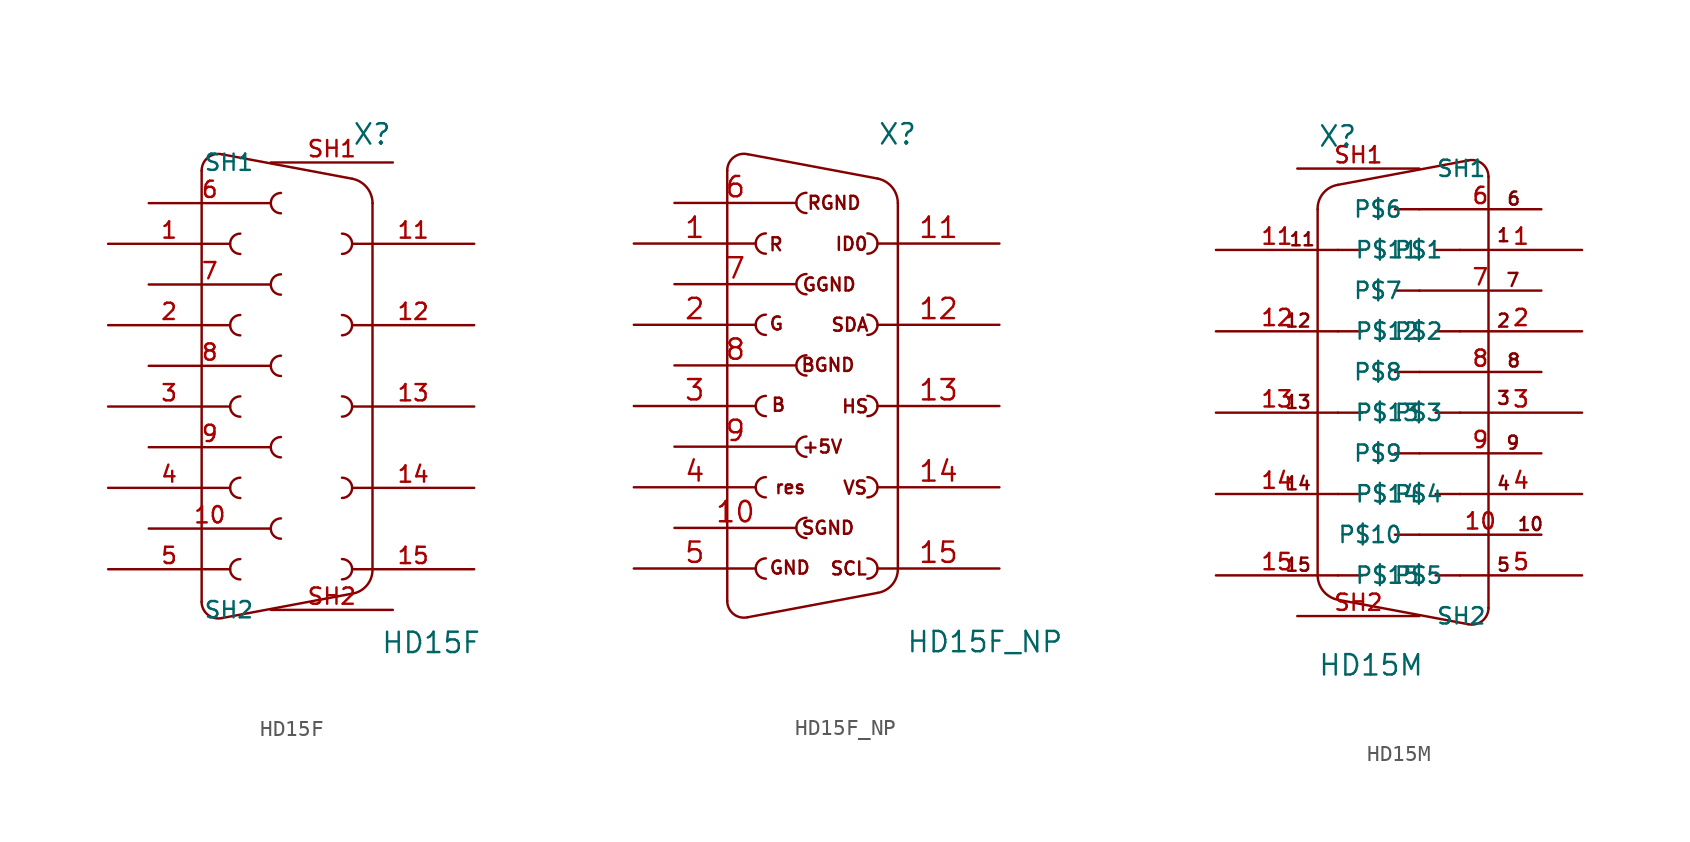
<source format=kicad_sym>
(kicad_symbol_lib
  (version 20211014)
  (generator kicad_symbol_editor)
  (symbol "HD15F"
    (pin_names
      (offset 1.016))
    (property "Reference" "X"
      (at 5.08 13.716 0)
      (effects (font (size 1.27 1.27)) (justify left bottom)))
    (property "Value" "HD15F"
      (at 6.858 -18.034 0)
      (effects (font (size 1.27 1.27)) (justify left bottom)))
    (property "ki_locked" ""
      (at 0 0 0)
      (effects (font (size 1.27 1.27))))
    (symbol "HD15F_1_0"
      (polyline (pts (xy -4.318 12.192) (xy -4.318 -14.732)) (stroke (width 0) (type default) (color 0 0 0 0)) (fill (type none)))
      (polyline (pts (xy -3.048 -15.748) (xy 5.08 -14.224)) (stroke (width 0) (type default) (color 0 0 0 0)) (fill (type none)))
      (polyline (pts (xy -3.048 13.208) (xy 5.08 11.684)) (stroke (width 0) (type default) (color 0 0 0 0)) (fill (type none)))
      (polyline (pts (xy 6.35 10.16) (xy 6.35 -12.7)) (stroke (width 0) (type default) (color 0 0 0 0)) (fill (type none))))
    (symbol "HD15F_1_1"
      (arc (start -4.318 -14.732) (mid -3.9272 -15.5452) (end -3.048 -15.748) (stroke (width 0) (type default) (color 0 0 0 0)) (fill (type none)))
      (arc (start -3.048 13.208) (mid -3.9272 13.0052) (end -4.318 12.192) (stroke (width 0) (type default) (color 0 0 0 0)) (fill (type none)))
      (arc (start -1.905 -12.065) (mid -2.54 -12.7) (end -1.905 -13.335) (stroke (width 0) (type default) (color 0 0 0 0)) (fill (type none)))
      (arc (start -1.905 -6.985) (mid -2.54 -7.62) (end -1.905 -8.255) (stroke (width 0) (type default) (color 0 0 0 0)) (fill (type none)))
      (arc (start -1.905 -1.905) (mid -2.54 -2.54) (end -1.905 -3.175) (stroke (width 0) (type default) (color 0 0 0 0)) (fill (type none)))
      (arc (start -1.905 3.175) (mid -2.54 2.54) (end -1.905 1.905) (stroke (width 0) (type default) (color 0 0 0 0)) (fill (type none)))
      (arc (start -1.905 8.255) (mid -2.54 7.62) (end -1.905 6.985) (stroke (width 0) (type default) (color 0 0 0 0)) (fill (type none)))
      (arc (start 0.635 -9.525) (mid 0 -10.16) (end 0.635 -10.795) (stroke (width 0) (type default) (color 0 0 0 0)) (fill (type none)))
      (arc (start 0.635 -4.445) (mid 0 -5.08) (end 0.635 -5.715) (stroke (width 0) (type default) (color 0 0 0 0)) (fill (type none)))
      (arc (start 0.635 0.635) (mid 0 0) (end 0.635 -0.635) (stroke (width 0) (type default) (color 0 0 0 0)) (fill (type none)))
      (arc (start 0.635 5.715) (mid 0 5.08) (end 0.635 4.445) (stroke (width 0) (type default) (color 0 0 0 0)) (fill (type none)))
      (arc (start 0.635 10.795) (mid 0 10.16) (end 0.635 9.525) (stroke (width 0) (type default) (color 0 0 0 0)) (fill (type none)))
      (arc (start 4.445 -13.335) (mid 5.08 -12.7) (end 4.445 -12.065) (stroke (width 0) (type default) (color 0 0 0 0)) (fill (type none)))
      (arc (start 4.445 -8.255) (mid 5.08 -7.62) (end 4.445 -6.985) (stroke (width 0) (type default) (color 0 0 0 0)) (fill (type none)))
      (arc (start 4.445 -3.175) (mid 5.08 -2.54) (end 4.445 -1.905) (stroke (width 0) (type default) (color 0 0 0 0)) (fill (type none)))
      (arc (start 4.445 1.905) (mid 5.08 2.54) (end 4.445 3.175) (stroke (width 0) (type default) (color 0 0 0 0)) (fill (type none)))
      (arc (start 4.445 6.985) (mid 5.08 7.62) (end 4.445 8.255) (stroke (width 0) (type default) (color 0 0 0 0)) (fill (type none)))
      (arc (start 5.08 -14.224) (mid 6.0049 -13.6987) (end 6.35 -12.7) (stroke (width 0) (type default) (color 0 0 0 0)) (fill (type none)))
      (arc (start 6.35 10.16) (mid 5.9888 11.1451) (end 5.08 11.684) (stroke (width 0) (type default) (color 0 0 0 0)) (fill (type none)))
      (pin passive line (at -10.16 7.62 0) (length 7.62) (name "" (effects (font (size 1.016 1.016)))) (number "1" (effects (font (size 1.016 1.016)))))
      (pin passive line (at -7.62 -10.16 0) (length 7.62) (name "" (effects (font (size 1.016 1.016)))) (number "10" (effects (font (size 1.016 1.016)))))
      (pin passive line (at 12.7 7.62 180) (length 7.62) (name "" (effects (font (size 1.016 1.016)))) (number "11" (effects (font (size 1.016 1.016)))))
      (pin passive line (at 12.7 2.54 180) (length 7.62) (name "" (effects (font (size 1.016 1.016)))) (number "12" (effects (font (size 1.016 1.016)))))
      (pin passive line (at 12.7 -2.54 180) (length 7.62) (name "" (effects (font (size 1.016 1.016)))) (number "13" (effects (font (size 1.016 1.016)))))
      (pin passive line (at 12.7 -7.62 180) (length 7.62) (name "" (effects (font (size 1.016 1.016)))) (number "14" (effects (font (size 1.016 1.016)))))
      (pin passive line (at 12.7 -12.7 180) (length 7.62) (name "" (effects (font (size 1.016 1.016)))) (number "15" (effects (font (size 1.016 1.016)))))
      (pin passive line (at -10.16 2.54 0) (length 7.62) (name "" (effects (font (size 1.016 1.016)))) (number "2" (effects (font (size 1.016 1.016)))))
      (pin passive line (at -10.16 -2.54 0) (length 7.62) (name "" (effects (font (size 1.016 1.016)))) (number "3" (effects (font (size 1.016 1.016)))))
      (pin passive line (at -10.16 -7.62 0) (length 7.62) (name "" (effects (font (size 1.016 1.016)))) (number "4" (effects (font (size 1.016 1.016)))))
      (pin passive line (at -10.16 -12.7 0) (length 7.62) (name "" (effects (font (size 1.016 1.016)))) (number "5" (effects (font (size 1.016 1.016)))))
      (pin passive line (at -7.62 10.16 0) (length 7.62) (name "" (effects (font (size 1.016 1.016)))) (number "6" (effects (font (size 1.016 1.016)))))
      (pin passive line (at -7.62 5.08 0) (length 7.62) (name "" (effects (font (size 1.016 1.016)))) (number "7" (effects (font (size 1.016 1.016)))))
      (pin passive line (at -7.62 0 0) (length 7.62) (name "" (effects (font (size 1.016 1.016)))) (number "8" (effects (font (size 1.016 1.016)))))
      (pin passive line (at -7.62 -5.08 0) (length 7.62) (name "" (effects (font (size 1.016 1.016)))) (number "9" (effects (font (size 1.016 1.016)))))
      (pin power_in line (at 7.62 12.7 180) (length 7.62) (name "SH1" (effects (font (size 1.016 1.016)))) (number "SH1" (effects (font (size 1.016 1.016)))))
      (pin power_in line (at 7.62 -15.24 180) (length 7.62) (name "SH2" (effects (font (size 1.016 1.016)))) (number "SH2" (effects (font (size 1.016 1.016)))))))
  (symbol "HD15F_NP"
    (pin_names
      (offset 1.016))
    (property "Reference" "X"
      (at 5.08 13.716 0)
      (effects (font (size 1.27 1.27)) (justify left bottom)))
    (property "Value" "HD15F_NP"
      (at 6.858 -18.034 0)
      (effects (font (size 1.27 1.27)) (justify left bottom)))
    (property "ki_locked" ""
      (at 0 0 0)
      (effects (font (size 1.27 1.27))))
    (symbol "HD15F_NP_1_0"
      (polyline (pts (xy -4.318 12.192) (xy -4.318 -14.732)) (stroke (width 0) (type default) (color 0 0 0 0)) (fill (type none)))
      (polyline (pts (xy -3.048 -15.748) (xy 5.08 -14.224)) (stroke (width 0) (type default) (color 0 0 0 0)) (fill (type none)))
      (polyline (pts (xy -3.048 13.208) (xy 5.08 11.684)) (stroke (width 0) (type default) (color 0 0 0 0)) (fill (type none)))
      (polyline (pts (xy 6.35 10.16) (xy 6.35 -12.7)) (stroke (width 0) (type default) (color 0 0 0 0)) (fill (type none)))
      (text "+5V" (at 1.626 -5.08 0) (effects (font (size 0.813 0.813))))
      (text "B" (at -1.118 -2.464 0) (effects (font (size 0.813 0.813))))
      (text "BGND" (at 1.981 0.025 0) (effects (font (size 0.813 0.813))))
      (text "G" (at -1.245 2.616 0) (effects (font (size 0.813 0.813))))
      (text "GGND" (at 2.057 5.055 0) (effects (font (size 0.813 0.813))))
      (text "GND" (at -0.406 -12.649 0) (effects (font (size 0.813 0.813))))
      (text "HS" (at 3.683 -2.565 0) (effects (font (size 0.813 0.813))))
      (text "ID0" (at 3.454 7.595 0) (effects (font (size 0.813 0.813))))
      (text "R" (at -1.27 7.569 0) (effects (font (size 0.813 0.813))))
      (text "res" (at -0.381 -7.62 0) (effects (font (size 0.813 0.813))))
      (text "RGND" (at 2.362 10.16 0) (effects (font (size 0.813 0.813))))
      (text "SCL" (at 3.277 -12.7 0) (effects (font (size 0.813 0.813))))
      (text "SDA" (at 3.353 2.54 0) (effects (font (size 0.813 0.813))))
      (text "SGND" (at 1.981 -10.16 0) (effects (font (size 0.813 0.813))))
      (text "VS" (at 3.683 -7.645 0) (effects (font (size 0.813 0.813)))))
    (symbol "HD15F_NP_1_1"
      (arc (start -4.318 -14.732) (mid -3.9272 -15.5453) (end -3.048 -15.748) (stroke (width 0) (type default) (color 0 0 0 0)) (fill (type none)))
      (arc (start -3.048 13.208) (mid -3.9271 13.0052) (end -4.318 12.192) (stroke (width 0) (type default) (color 0 0 0 0)) (fill (type none)))
      (arc (start -1.905 -12.065) (mid -2.54 -12.7) (end -1.905 -13.335) (stroke (width 0) (type default) (color 0 0 0 0)) (fill (type none)))
      (arc (start -1.905 -6.985) (mid -2.54 -7.62) (end -1.905 -8.255) (stroke (width 0) (type default) (color 0 0 0 0)) (fill (type none)))
      (arc (start -1.905 -1.905) (mid -2.54 -2.54) (end -1.905 -3.175) (stroke (width 0) (type default) (color 0 0 0 0)) (fill (type none)))
      (arc (start -1.905 3.175) (mid -2.54 2.54) (end -1.905 1.905) (stroke (width 0) (type default) (color 0 0 0 0)) (fill (type none)))
      (arc (start -1.905 8.255) (mid -2.54 7.62) (end -1.905 6.985) (stroke (width 0) (type default) (color 0 0 0 0)) (fill (type none)))
      (arc (start 0.635 -9.525) (mid 0 -10.16) (end 0.635 -10.795) (stroke (width 0) (type default) (color 0 0 0 0)) (fill (type none)))
      (arc (start 0.635 -4.445) (mid 0 -5.08) (end 0.635 -5.715) (stroke (width 0) (type default) (color 0 0 0 0)) (fill (type none)))
      (arc (start 0.635 0.635) (mid 0 0) (end 0.635 -0.635) (stroke (width 0) (type default) (color 0 0 0 0)) (fill (type none)))
      (arc (start 0.635 5.715) (mid 0 5.08) (end 0.635 4.445) (stroke (width 0) (type default) (color 0 0 0 0)) (fill (type none)))
      (arc (start 0.635 10.795) (mid 0 10.16) (end 0.635 9.525) (stroke (width 0) (type default) (color 0 0 0 0)) (fill (type none)))
      (arc (start 4.445 -13.335) (mid 5.08 -12.7) (end 4.445 -12.065) (stroke (width 0) (type default) (color 0 0 0 0)) (fill (type none)))
      (arc (start 4.445 -8.255) (mid 5.08 -7.62) (end 4.445 -6.985) (stroke (width 0) (type default) (color 0 0 0 0)) (fill (type none)))
      (arc (start 4.445 -3.175) (mid 5.08 -2.54) (end 4.445 -1.905) (stroke (width 0) (type default) (color 0 0 0 0)) (fill (type none)))
      (arc (start 4.445 1.905) (mid 5.08 2.54) (end 4.445 3.175) (stroke (width 0) (type default) (color 0 0 0 0)) (fill (type none)))
      (arc (start 4.445 6.985) (mid 5.08 7.62) (end 4.445 8.255) (stroke (width 0) (type default) (color 0 0 0 0)) (fill (type none)))
      (arc (start 5.08 -14.224) (mid 6.0025 -13.7016) (end 6.35 -12.7) (stroke (width 0) (type default) (color 0 0 0 0)) (fill (type none)))
      (arc (start 6.35 10.16) (mid 5.9863 11.1481) (end 5.08 11.684) (stroke (width 0) (type default) (color 0 0 0 0)) (fill (type none)))
      (pin output line (at -10.16 7.62 0) (length 7.62) (name "~" (effects (font (size 1.27 1.27)))) (number "1" (effects (font (size 1.27 1.27)))))
      (pin output line (at -7.62 -10.16 0) (length 7.62) (name "~" (effects (font (size 1.27 1.27)))) (number "10" (effects (font (size 1.27 1.27)))))
      (pin output line (at 12.7 7.62 180) (length 7.62) (name "~" (effects (font (size 1.27 1.27)))) (number "11" (effects (font (size 1.27 1.27)))))
      (pin output line (at 12.7 2.54 180) (length 7.62) (name "~" (effects (font (size 1.27 1.27)))) (number "12" (effects (font (size 1.27 1.27)))))
      (pin output line (at 12.7 -2.54 180) (length 7.62) (name "~" (effects (font (size 1.27 1.27)))) (number "13" (effects (font (size 1.27 1.27)))))
      (pin output line (at 12.7 -7.62 180) (length 7.62) (name "~" (effects (font (size 1.27 1.27)))) (number "14" (effects (font (size 1.27 1.27)))))
      (pin output line (at 12.7 -12.7 180) (length 7.62) (name "~" (effects (font (size 1.27 1.27)))) (number "15" (effects (font (size 1.27 1.27)))))
      (pin output line (at -10.16 2.54 0) (length 7.62) (name "~" (effects (font (size 1.27 1.27)))) (number "2" (effects (font (size 1.27 1.27)))))
      (pin output line (at -10.16 -2.54 0) (length 7.62) (name "~" (effects (font (size 1.27 1.27)))) (number "3" (effects (font (size 1.27 1.27)))))
      (pin output line (at -10.16 -7.62 0) (length 7.62) (name "~" (effects (font (size 1.27 1.27)))) (number "4" (effects (font (size 1.27 1.27)))))
      (pin output line (at -10.16 -12.7 0) (length 7.62) (name "~" (effects (font (size 1.27 1.27)))) (number "5" (effects (font (size 1.27 1.27)))))
      (pin output line (at -7.62 10.16 0) (length 7.62) (name "~" (effects (font (size 1.27 1.27)))) (number "6" (effects (font (size 1.27 1.27)))))
      (pin output line (at -7.62 5.08 0) (length 7.62) (name "~" (effects (font (size 1.27 1.27)))) (number "7" (effects (font (size 1.27 1.27)))))
      (pin output line (at -7.62 0 0) (length 7.62) (name "~" (effects (font (size 1.27 1.27)))) (number "8" (effects (font (size 1.27 1.27)))))
      (pin power_in line (at -7.62 -5.08 0) (length 7.62) (name "~" (effects (font (size 1.27 1.27)))) (number "9" (effects (font (size 1.27 1.27)))))))
  (symbol "HD15M"
    (pin_names
      (offset 1.016))
    (property "Reference" "X"
      (at -3.81 13.97 0)
      (effects (font (size 1.27 1.27)) (justify left bottom)))
    (property "Value" "HD15M"
      (at -3.81 -19.05 0)
      (effects (font (size 1.27 1.27)) (justify left bottom)))
    (property "ki_locked" ""
      (at 0 0 0)
      (effects (font (size 1.27 1.27))))
    (symbol "HD15M_1_0"
      (polyline (pts (xy -3.81 10.16) (xy -3.81 -12.7)) (stroke (width 0) (type default) (color 0 0 0 0)) (fill (type none)))
      (polyline (pts (xy -2.54 -12.7) (xy -1.016 -12.7)) (stroke (width 0) (type default) (color 0 0 0 0)) (fill (type none)))
      (polyline (pts (xy -2.54 -7.62) (xy -1.016 -7.62)) (stroke (width 0) (type default) (color 0 0 0 0)) (fill (type none)))
      (polyline (pts (xy -2.54 -2.54) (xy -1.016 -2.54)) (stroke (width 0) (type default) (color 0 0 0 0)) (fill (type none)))
      (polyline (pts (xy -2.54 2.54) (xy -1.016 2.54)) (stroke (width 0) (type default) (color 0 0 0 0)) (fill (type none)))
      (polyline (pts (xy -2.54 7.62) (xy -1.016 7.62)) (stroke (width 0) (type default) (color 0 0 0 0)) (fill (type none)))
      (polyline (pts (xy 2.54 -10.16) (xy 1.016 -10.16)) (stroke (width 0) (type default) (color 0 0 0 0)) (fill (type none)))
      (polyline (pts (xy 2.54 -5.08) (xy 1.016 -5.08)) (stroke (width 0) (type default) (color 0 0 0 0)) (fill (type none)))
      (polyline (pts (xy 2.54 0) (xy 1.016 0)) (stroke (width 0) (type default) (color 0 0 0 0)) (fill (type none)))
      (polyline (pts (xy 2.54 5.08) (xy 1.016 5.08)) (stroke (width 0) (type default) (color 0 0 0 0)) (fill (type none)))
      (polyline (pts (xy 2.54 10.16) (xy 1.016 10.16)) (stroke (width 0) (type default) (color 0 0 0 0)) (fill (type none)))
      (polyline (pts (xy 5.08 -12.7) (xy 3.556 -12.7)) (stroke (width 0) (type default) (color 0 0 0 0)) (fill (type none)))
      (polyline (pts (xy 5.08 -7.62) (xy 3.556 -7.62)) (stroke (width 0) (type default) (color 0 0 0 0)) (fill (type none)))
      (polyline (pts (xy 5.08 -2.54) (xy 3.556 -2.54)) (stroke (width 0) (type default) (color 0 0 0 0)) (fill (type none)))
      (polyline (pts (xy 5.08 2.54) (xy 3.556 2.54)) (stroke (width 0) (type default) (color 0 0 0 0)) (fill (type none)))
      (polyline (pts (xy 5.08 7.62) (xy 3.556 7.62)) (stroke (width 0) (type default) (color 0 0 0 0)) (fill (type none)))
      (polyline (pts (xy 5.588 -15.748) (xy -2.54 -14.224)) (stroke (width 0) (type default) (color 0 0 0 0)) (fill (type none)))
      (polyline (pts (xy 5.588 13.208) (xy -2.54 11.684)) (stroke (width 0) (type default) (color 0 0 0 0)) (fill (type none)))
      (polyline (pts (xy 6.858 12.192) (xy 6.858 -14.732)) (stroke (width 0) (type default) (color 0 0 0 0)) (fill (type none)))
      (text "1" (at 7.798 8.534 0) (effects (font (size 0.813 0.813))))
      (text "10" (at 9.474 -9.5 0) (effects (font (size 0.813 0.813))))
      (text "11" (at -4.775 8.28 0) (effects (font (size 0.813 0.813))))
      (text "12" (at -5.029 3.2 0) (effects (font (size 0.813 0.813))))
      (text "13" (at -5.029 -1.88 0) (effects (font (size 0.813 0.813))))
      (text "14" (at -5.029 -6.96 0) (effects (font (size 0.813 0.813))))
      (text "15" (at -5.029 -12.04 0) (effects (font (size 0.813 0.813))))
      (text "2" (at 7.798 3.2 0) (effects (font (size 0.813 0.813))))
      (text "3" (at 7.798 -1.626 0) (effects (font (size 0.813 0.813))))
      (text "4" (at 7.798 -6.96 0) (effects (font (size 0.813 0.813))))
      (text "5" (at 7.798 -12.04 0) (effects (font (size 0.813 0.813))))
      (text "6" (at 8.433 10.82 0) (effects (font (size 0.813 0.813))))
      (text "7" (at 8.382 5.74 0) (effects (font (size 0.813 0.813))))
      (text "8" (at 8.433 0.711 0) (effects (font (size 0.813 0.813))))
      (text "9" (at 8.382 -4.42 0) (effects (font (size 0.813 0.813)))))
    (symbol "HD15M_1_1"
      (arc (start -3.81 -12.7) (mid -3.4463 -13.6881) (end -2.54 -14.224) (stroke (width 0) (type default) (color 0 0 0 0)) (fill (type none)))
      (arc (start -2.54 11.684) (mid -3.4625 11.1616) (end -3.81 10.16) (stroke (width 0) (type default) (color 0 0 0 0)) (fill (type none)))
      (arc (start 5.588 -15.748) (mid 6.4671 -15.5452) (end 6.858 -14.732) (stroke (width 0) (type default) (color 0 0 0 0)) (fill (type none)))
      (arc (start 6.858 12.192) (mid 6.4672 13.0053) (end 5.588 13.208) (stroke (width 0) (type default) (color 0 0 0 0)) (fill (type none)))
      (pin passive line (at 12.7 7.62 180) (length 7.62) (name "P$1" (effects (font (size 1.016 1.016)))) (number "1" (effects (font (size 1.016 1.016)))))
      (pin passive line (at 10.16 -10.16 180) (length 7.62) (name "P$10" (effects (font (size 1.016 1.016)))) (number "10" (effects (font (size 1.016 1.016)))))
      (pin passive line (at -10.16 7.62 0) (length 7.62) (name "P$11" (effects (font (size 1.016 1.016)))) (number "11" (effects (font (size 1.016 1.016)))))
      (pin passive line (at -10.16 2.54 0) (length 7.62) (name "P$12" (effects (font (size 1.016 1.016)))) (number "12" (effects (font (size 1.016 1.016)))))
      (pin passive line (at -10.16 -2.54 0) (length 7.62) (name "P$13" (effects (font (size 1.016 1.016)))) (number "13" (effects (font (size 1.016 1.016)))))
      (pin passive line (at -10.16 -7.62 0) (length 7.62) (name "P$14" (effects (font (size 1.016 1.016)))) (number "14" (effects (font (size 1.016 1.016)))))
      (pin passive line (at -10.16 -12.7 0) (length 7.62) (name "P$15" (effects (font (size 1.016 1.016)))) (number "15" (effects (font (size 1.016 1.016)))))
      (pin passive line (at 12.7 2.54 180) (length 7.62) (name "P$2" (effects (font (size 1.016 1.016)))) (number "2" (effects (font (size 1.016 1.016)))))
      (pin passive line (at 12.7 -2.54 180) (length 7.62) (name "P$3" (effects (font (size 1.016 1.016)))) (number "3" (effects (font (size 1.016 1.016)))))
      (pin passive line (at 12.7 -7.62 180) (length 7.62) (name "P$4" (effects (font (size 1.016 1.016)))) (number "4" (effects (font (size 1.016 1.016)))))
      (pin passive line (at 12.7 -12.7 180) (length 7.62) (name "P$5" (effects (font (size 1.016 1.016)))) (number "5" (effects (font (size 1.016 1.016)))))
      (pin passive line (at 10.16 10.16 180) (length 7.62) (name "P$6" (effects (font (size 1.016 1.016)))) (number "6" (effects (font (size 1.016 1.016)))))
      (pin passive line (at 10.16 5.08 180) (length 7.62) (name "P$7" (effects (font (size 1.016 1.016)))) (number "7" (effects (font (size 1.016 1.016)))))
      (pin passive line (at 10.16 0 180) (length 7.62) (name "P$8" (effects (font (size 1.016 1.016)))) (number "8" (effects (font (size 1.016 1.016)))))
      (pin passive line (at 10.16 -5.08 180) (length 7.62) (name "P$9" (effects (font (size 1.016 1.016)))) (number "9" (effects (font (size 1.016 1.016)))))
      (pin power_in line (at -5.08 12.7 0) (length 7.62) (name "SH1" (effects (font (size 1.016 1.016)))) (number "SH1" (effects (font (size 1.016 1.016)))))
      (pin power_in line (at -5.08 -15.24 0) (length 7.62) (name "SH2" (effects (font (size 1.016 1.016)))) (number "SH2" (effects (font (size 1.016 1.016))))))))
</source>
